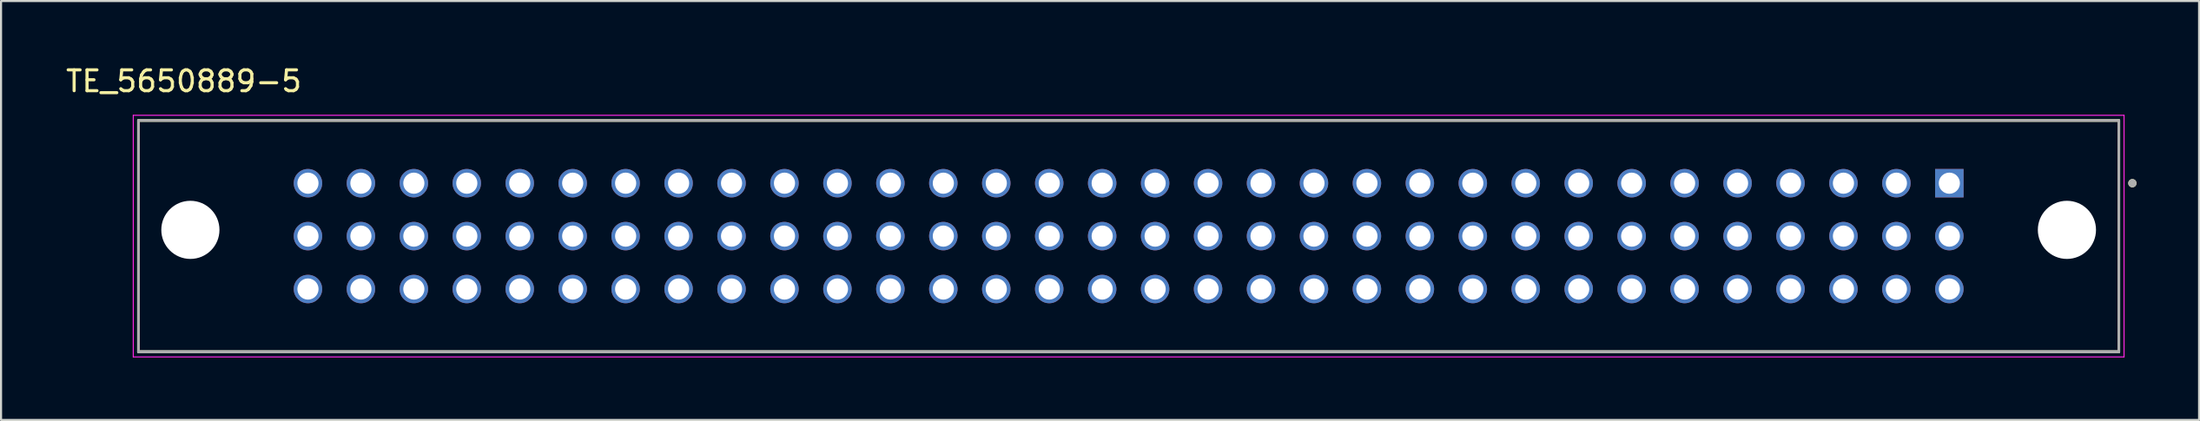
<source format=kicad_pcb>
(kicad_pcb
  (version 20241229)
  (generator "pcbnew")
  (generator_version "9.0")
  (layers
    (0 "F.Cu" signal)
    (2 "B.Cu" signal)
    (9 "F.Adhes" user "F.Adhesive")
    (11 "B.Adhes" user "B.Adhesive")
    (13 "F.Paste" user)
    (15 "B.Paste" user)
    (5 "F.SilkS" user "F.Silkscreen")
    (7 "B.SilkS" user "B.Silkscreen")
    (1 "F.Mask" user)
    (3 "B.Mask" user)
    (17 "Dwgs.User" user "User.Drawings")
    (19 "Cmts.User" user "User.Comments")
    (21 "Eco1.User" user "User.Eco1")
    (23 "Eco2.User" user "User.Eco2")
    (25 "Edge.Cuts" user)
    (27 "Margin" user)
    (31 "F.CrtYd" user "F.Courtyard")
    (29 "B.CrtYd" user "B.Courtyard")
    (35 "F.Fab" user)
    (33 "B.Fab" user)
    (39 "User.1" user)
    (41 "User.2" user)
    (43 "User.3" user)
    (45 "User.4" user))
  (footprint "TE_5650889-5"
    (layer "F.Cu")
    (at 90.463 5.743)
    (property "Reference" "TE_5650889-5" (at -84.695 -4.895 0) (layer "F.SilkS") (effects (font (size 1 1) (thickness 0.15))))
    (attr through_hole)
    (fp_line (start -86.87 8.09) (end -86.87 -3.01) (stroke (width 0.127) (type solid)) (layer "F.SilkS"))
    (fp_line (start 8.13 -3.01) (end -86.87 -3.01) (stroke (width 0.127) (type solid)) (layer "F.SilkS"))
    (fp_line (start 8.13 -3.01) (end 8.13 8.09) (stroke (width 0.127) (type solid)) (layer "F.SilkS"))
    (fp_line (start 8.13 8.09) (end -86.87 8.09) (stroke (width 0.127) (type solid)) (layer "F.SilkS"))
    (fp_circle (center 8.78 0) (end 8.88 0) (stroke (width 0.2) (type solid)) (fill no) (layer "F.SilkS"))
    (fp_line (start -87.12 -3.26) (end 8.38 -3.26) (stroke (width 0.05) (type solid)) (layer "F.CrtYd"))
    (fp_line (start -87.12 8.34) (end -87.12 -3.26) (stroke (width 0.05) (type solid)) (layer "F.CrtYd"))
    (fp_line (start 8.38 -3.26) (end 8.38 8.34) (stroke (width 0.05) (type solid)) (layer "F.CrtYd"))
    (fp_line (start 8.38 8.34) (end -87.12 8.34) (stroke (width 0.05) (type solid)) (layer "F.CrtYd"))
    (fp_line (start -86.87 -3.01) (end 8.13 -3.01) (stroke (width 0.127) (type solid)) (layer "F.Fab"))
    (fp_line (start -86.87 8.09) (end -86.87 -3.01) (stroke (width 0.127) (type solid)) (layer "F.Fab"))
    (fp_line (start -86.87 8.09) (end -86.87 8.09) (stroke (width 0.127) (type solid)) (layer "F.Fab"))
    (fp_line (start -86.87 8.09) (end 8.13 8.09) (stroke (width 0.127) (type solid)) (layer "F.Fab"))
    (fp_line (start 8.13 -3.01) (end 8.13 8.09) (stroke (width 0.127) (type solid)) (layer "F.Fab"))
    (fp_line (start 8.13 8.09) (end -86.87 8.09) (stroke (width 0.127) (type solid)) (layer "F.Fab"))
    (fp_line (start 8.13 8.09) (end 8.13 8.09) (stroke (width 0.127) (type solid)) (layer "F.Fab"))
    (fp_circle (center 8.78 0) (end 8.88 0) (stroke (width 0.2) (type solid)) (fill no) (layer "F.Fab"))
    (pad "" np_thru_hole circle (at -84.38 2.24) (size 2.79 2.79) (drill 2.79) (layers "*.Cu" "*.Mask"))
    (pad "" np_thru_hole circle (at 5.64 2.24) (size 2.79 2.79) (drill 2.79) (layers "*.Cu" "*.Mask"))
    (pad "A1" thru_hole rect (at 0 0) (size 1.365 1.365) (drill 1.015) (layers "*.Cu" "*.Mask"))
    (pad "A2" thru_hole circle (at -2.54 0) (size 1.365 1.365) (drill 1.015) (layers "*.Cu" "*.Mask"))
    (pad "A3" thru_hole circle (at -5.08 0) (size 1.365 1.365) (drill 1.015) (layers "*.Cu" "*.Mask"))
    (pad "A4" thru_hole circle (at -7.62 0) (size 1.365 1.365) (drill 1.015) (layers "*.Cu" "*.Mask"))
    (pad "A5" thru_hole circle (at -10.16 0) (size 1.365 1.365) (drill 1.015) (layers "*.Cu" "*.Mask"))
    (pad "A6" thru_hole circle (at -12.7 0) (size 1.365 1.365) (drill 1.015) (layers "*.Cu" "*.Mask"))
    (pad "A7" thru_hole circle (at -15.24 0) (size 1.365 1.365) (drill 1.015) (layers "*.Cu" "*.Mask"))
    (pad "A8" thru_hole circle (at -17.78 0) (size 1.365 1.365) (drill 1.015) (layers "*.Cu" "*.Mask"))
    (pad "A9" thru_hole circle (at -20.32 0) (size 1.365 1.365) (drill 1.015) (layers "*.Cu" "*.Mask"))
    (pad "A10" thru_hole circle (at -22.86 0) (size 1.365 1.365) (drill 1.015) (layers "*.Cu" "*.Mask"))
    (pad "A11" thru_hole circle (at -25.4 0) (size 1.365 1.365) (drill 1.015) (layers "*.Cu" "*.Mask"))
    (pad "A12" thru_hole circle (at -27.94 0) (size 1.365 1.365) (drill 1.015) (layers "*.Cu" "*.Mask"))
    (pad "A13" thru_hole circle (at -30.48 0) (size 1.365 1.365) (drill 1.015) (layers "*.Cu" "*.Mask"))
    (pad "A14" thru_hole circle (at -33.02 0) (size 1.365 1.365) (drill 1.015) (layers "*.Cu" "*.Mask"))
    (pad "A15" thru_hole circle (at -35.56 0) (size 1.365 1.365) (drill 1.015) (layers "*.Cu" "*.Mask"))
    (pad "A16" thru_hole circle (at -38.1 0) (size 1.365 1.365) (drill 1.015) (layers "*.Cu" "*.Mask"))
    (pad "A17" thru_hole circle (at -40.64 0) (size 1.365 1.365) (drill 1.015) (layers "*.Cu" "*.Mask"))
    (pad "A18" thru_hole circle (at -43.18 0) (size 1.365 1.365) (drill 1.015) (layers "*.Cu" "*.Mask"))
    (pad "A19" thru_hole circle (at -45.72 0) (size 1.365 1.365) (drill 1.015) (layers "*.Cu" "*.Mask"))
    (pad "A20" thru_hole circle (at -48.26 0) (size 1.365 1.365) (drill 1.015) (layers "*.Cu" "*.Mask"))
    (pad "A21" thru_hole circle (at -50.8 0) (size 1.365 1.365) (drill 1.015) (layers "*.Cu" "*.Mask"))
    (pad "A22" thru_hole circle (at -53.34 0) (size 1.365 1.365) (drill 1.015) (layers "*.Cu" "*.Mask"))
    (pad "A23" thru_hole circle (at -55.88 0) (size 1.365 1.365) (drill 1.015) (layers "*.Cu" "*.Mask"))
    (pad "A24" thru_hole circle (at -58.42 0) (size 1.365 1.365) (drill 1.015) (layers "*.Cu" "*.Mask"))
    (pad "A25" thru_hole circle (at -60.96 0) (size 1.365 1.365) (drill 1.015) (layers "*.Cu" "*.Mask"))
    (pad "A26" thru_hole circle (at -63.5 0) (size 1.365 1.365) (drill 1.015) (layers "*.Cu" "*.Mask"))
    (pad "A27" thru_hole circle (at -66.04 0) (size 1.365 1.365) (drill 1.015) (layers "*.Cu" "*.Mask"))
    (pad "A28" thru_hole circle (at -68.58 0) (size 1.365 1.365) (drill 1.015) (layers "*.Cu" "*.Mask"))
    (pad "A29" thru_hole circle (at -71.12 0) (size 1.365 1.365) (drill 1.015) (layers "*.Cu" "*.Mask"))
    (pad "A30" thru_hole circle (at -73.66 0) (size 1.365 1.365) (drill 1.015) (layers "*.Cu" "*.Mask"))
    (pad "A31" thru_hole circle (at -76.2 0) (size 1.365 1.365) (drill 1.015) (layers "*.Cu" "*.Mask"))
    (pad "A32" thru_hole circle (at -78.74 0) (size 1.365 1.365) (drill 1.015) (layers "*.Cu" "*.Mask"))
    (pad "B1" thru_hole circle (at 0 2.54) (size 1.365 1.365) (drill 1.015) (layers "*.Cu" "*.Mask"))
    (pad "B2" thru_hole circle (at -2.54 2.54) (size 1.365 1.365) (drill 1.015) (layers "*.Cu" "*.Mask"))
    (pad "B3" thru_hole circle (at -5.08 2.54) (size 1.365 1.365) (drill 1.015) (layers "*.Cu" "*.Mask"))
    (pad "B4" thru_hole circle (at -7.62 2.54) (size 1.365 1.365) (drill 1.015) (layers "*.Cu" "*.Mask"))
    (pad "B5" thru_hole circle (at -10.16 2.54) (size 1.365 1.365) (drill 1.015) (layers "*.Cu" "*.Mask"))
    (pad "B6" thru_hole circle (at -12.7 2.54) (size 1.365 1.365) (drill 1.015) (layers "*.Cu" "*.Mask"))
    (pad "B7" thru_hole circle (at -15.24 2.54) (size 1.365 1.365) (drill 1.015) (layers "*.Cu" "*.Mask"))
    (pad "B8" thru_hole circle (at -17.78 2.54) (size 1.365 1.365) (drill 1.015) (layers "*.Cu" "*.Mask"))
    (pad "B9" thru_hole circle (at -20.32 2.54) (size 1.365 1.365) (drill 1.015) (layers "*.Cu" "*.Mask"))
    (pad "B10" thru_hole circle (at -22.86 2.54) (size 1.365 1.365) (drill 1.015) (layers "*.Cu" "*.Mask"))
    (pad "B11" thru_hole circle (at -25.4 2.54) (size 1.365 1.365) (drill 1.015) (layers "*.Cu" "*.Mask"))
    (pad "B12" thru_hole circle (at -27.94 2.54) (size 1.365 1.365) (drill 1.015) (layers "*.Cu" "*.Mask"))
    (pad "B13" thru_hole circle (at -30.48 2.54) (size 1.365 1.365) (drill 1.015) (layers "*.Cu" "*.Mask"))
    (pad "B14" thru_hole circle (at -33.02 2.54) (size 1.365 1.365) (drill 1.015) (layers "*.Cu" "*.Mask"))
    (pad "B15" thru_hole circle (at -35.56 2.54) (size 1.365 1.365) (drill 1.015) (layers "*.Cu" "*.Mask"))
    (pad "B16" thru_hole circle (at -38.1 2.54) (size 1.365 1.365) (drill 1.015) (layers "*.Cu" "*.Mask"))
    (pad "B17" thru_hole circle (at -40.64 2.54) (size 1.365 1.365) (drill 1.015) (layers "*.Cu" "*.Mask"))
    (pad "B18" thru_hole circle (at -43.18 2.54) (size 1.365 1.365) (drill 1.015) (layers "*.Cu" "*.Mask"))
    (pad "B19" thru_hole circle (at -45.72 2.54) (size 1.365 1.365) (drill 1.015) (layers "*.Cu" "*.Mask"))
    (pad "B20" thru_hole circle (at -48.26 2.54) (size 1.365 1.365) (drill 1.015) (layers "*.Cu" "*.Mask"))
    (pad "B21" thru_hole circle (at -50.8 2.54) (size 1.365 1.365) (drill 1.015) (layers "*.Cu" "*.Mask"))
    (pad "B22" thru_hole circle (at -53.34 2.54) (size 1.365 1.365) (drill 1.015) (layers "*.Cu" "*.Mask"))
    (pad "B23" thru_hole circle (at -55.88 2.54) (size 1.365 1.365) (drill 1.015) (layers "*.Cu" "*.Mask"))
    (pad "B24" thru_hole circle (at -58.42 2.54) (size 1.365 1.365) (drill 1.015) (layers "*.Cu" "*.Mask"))
    (pad "B25" thru_hole circle (at -60.96 2.54) (size 1.365 1.365) (drill 1.015) (layers "*.Cu" "*.Mask"))
    (pad "B26" thru_hole circle (at -63.5 2.54) (size 1.365 1.365) (drill 1.015) (layers "*.Cu" "*.Mask"))
    (pad "B27" thru_hole circle (at -66.04 2.54) (size 1.365 1.365) (drill 1.015) (layers "*.Cu" "*.Mask"))
    (pad "B28" thru_hole circle (at -68.58 2.54) (size 1.365 1.365) (drill 1.015) (layers "*.Cu" "*.Mask"))
    (pad "B29" thru_hole circle (at -71.12 2.54) (size 1.365 1.365) (drill 1.015) (layers "*.Cu" "*.Mask"))
    (pad "B30" thru_hole circle (at -73.66 2.54) (size 1.365 1.365) (drill 1.015) (layers "*.Cu" "*.Mask"))
    (pad "B31" thru_hole circle (at -76.2 2.54) (size 1.365 1.365) (drill 1.015) (layers "*.Cu" "*.Mask"))
    (pad "B32" thru_hole circle (at -78.74 2.54) (size 1.365 1.365) (drill 1.015) (layers "*.Cu" "*.Mask"))
    (pad "C1" thru_hole circle (at 0 5.08) (size 1.365 1.365) (drill 1.015) (layers "*.Cu" "*.Mask"))
    (pad "C2" thru_hole circle (at -2.54 5.08) (size 1.365 1.365) (drill 1.015) (layers "*.Cu" "*.Mask"))
    (pad "C3" thru_hole circle (at -5.08 5.08) (size 1.365 1.365) (drill 1.015) (layers "*.Cu" "*.Mask"))
    (pad "C4" thru_hole circle (at -7.62 5.08) (size 1.365 1.365) (drill 1.015) (layers "*.Cu" "*.Mask"))
    (pad "C5" thru_hole circle (at -10.16 5.08) (size 1.365 1.365) (drill 1.015) (layers "*.Cu" "*.Mask"))
    (pad "C6" thru_hole circle (at -12.7 5.08) (size 1.365 1.365) (drill 1.015) (layers "*.Cu" "*.Mask"))
    (pad "C7" thru_hole circle (at -15.24 5.08) (size 1.365 1.365) (drill 1.015) (layers "*.Cu" "*.Mask"))
    (pad "C8" thru_hole circle (at -17.78 5.08) (size 1.365 1.365) (drill 1.015) (layers "*.Cu" "*.Mask"))
    (pad "C9" thru_hole circle (at -20.32 5.08) (size 1.365 1.365) (drill 1.015) (layers "*.Cu" "*.Mask"))
    (pad "C10" thru_hole circle (at -22.86 5.08) (size 1.365 1.365) (drill 1.015) (layers "*.Cu" "*.Mask"))
    (pad "C11" thru_hole circle (at -25.4 5.08) (size 1.365 1.365) (drill 1.015) (layers "*.Cu" "*.Mask"))
    (pad "C12" thru_hole circle (at -27.94 5.08) (size 1.365 1.365) (drill 1.015) (layers "*.Cu" "*.Mask"))
    (pad "C13" thru_hole circle (at -30.48 5.08) (size 1.365 1.365) (drill 1.015) (layers "*.Cu" "*.Mask"))
    (pad "C14" thru_hole circle (at -33.02 5.08) (size 1.365 1.365) (drill 1.015) (layers "*.Cu" "*.Mask"))
    (pad "C15" thru_hole circle (at -35.56 5.08) (size 1.365 1.365) (drill 1.015) (layers "*.Cu" "*.Mask"))
    (pad "C16" thru_hole circle (at -38.1 5.08) (size 1.365 1.365) (drill 1.015) (layers "*.Cu" "*.Mask"))
    (pad "C17" thru_hole circle (at -40.64 5.08) (size 1.365 1.365) (drill 1.015) (layers "*.Cu" "*.Mask"))
    (pad "C18" thru_hole circle (at -43.18 5.08) (size 1.365 1.365) (drill 1.015) (layers "*.Cu" "*.Mask"))
    (pad "C19" thru_hole circle (at -45.72 5.08) (size 1.365 1.365) (drill 1.015) (layers "*.Cu" "*.Mask"))
    (pad "C20" thru_hole circle (at -48.26 5.08) (size 1.365 1.365) (drill 1.015) (layers "*.Cu" "*.Mask"))
    (pad "C21" thru_hole circle (at -50.8 5.08) (size 1.365 1.365) (drill 1.015) (layers "*.Cu" "*.Mask"))
    (pad "C22" thru_hole circle (at -53.34 5.08) (size 1.365 1.365) (drill 1.015) (layers "*.Cu" "*.Mask"))
    (pad "C23" thru_hole circle (at -55.88 5.08) (size 1.365 1.365) (drill 1.015) (layers "*.Cu" "*.Mask"))
    (pad "C24" thru_hole circle (at -58.42 5.08) (size 1.365 1.365) (drill 1.015) (layers "*.Cu" "*.Mask"))
    (pad "C25" thru_hole circle (at -60.96 5.08) (size 1.365 1.365) (drill 1.015) (layers "*.Cu" "*.Mask"))
    (pad "C26" thru_hole circle (at -63.5 5.08) (size 1.365 1.365) (drill 1.015) (layers "*.Cu" "*.Mask"))
    (pad "C27" thru_hole circle (at -66.04 5.08) (size 1.365 1.365) (drill 1.015) (layers "*.Cu" "*.Mask"))
    (pad "C28" thru_hole circle (at -68.58 5.08) (size 1.365 1.365) (drill 1.015) (layers "*.Cu" "*.Mask"))
    (pad "C29" thru_hole circle (at -71.12 5.08) (size 1.365 1.365) (drill 1.015) (layers "*.Cu" "*.Mask"))
    (pad "C30" thru_hole circle (at -73.66 5.08) (size 1.365 1.365) (drill 1.015) (layers "*.Cu" "*.Mask"))
    (pad "C31" thru_hole circle (at -76.2 5.08) (size 1.365 1.365) (drill 1.015) (layers "*.Cu" "*.Mask"))
    (pad "C32" thru_hole circle (at -78.74 5.08) (size 1.365 1.365) (drill 1.015) (layers "*.Cu" "*.Mask")))
  (gr_rect
    (start -3 -3)
    (end 102.443 17.108)
    (stroke (width 0.1) (type default))
    (fill no)
    (layer "Edge.Cuts")))
</source>
